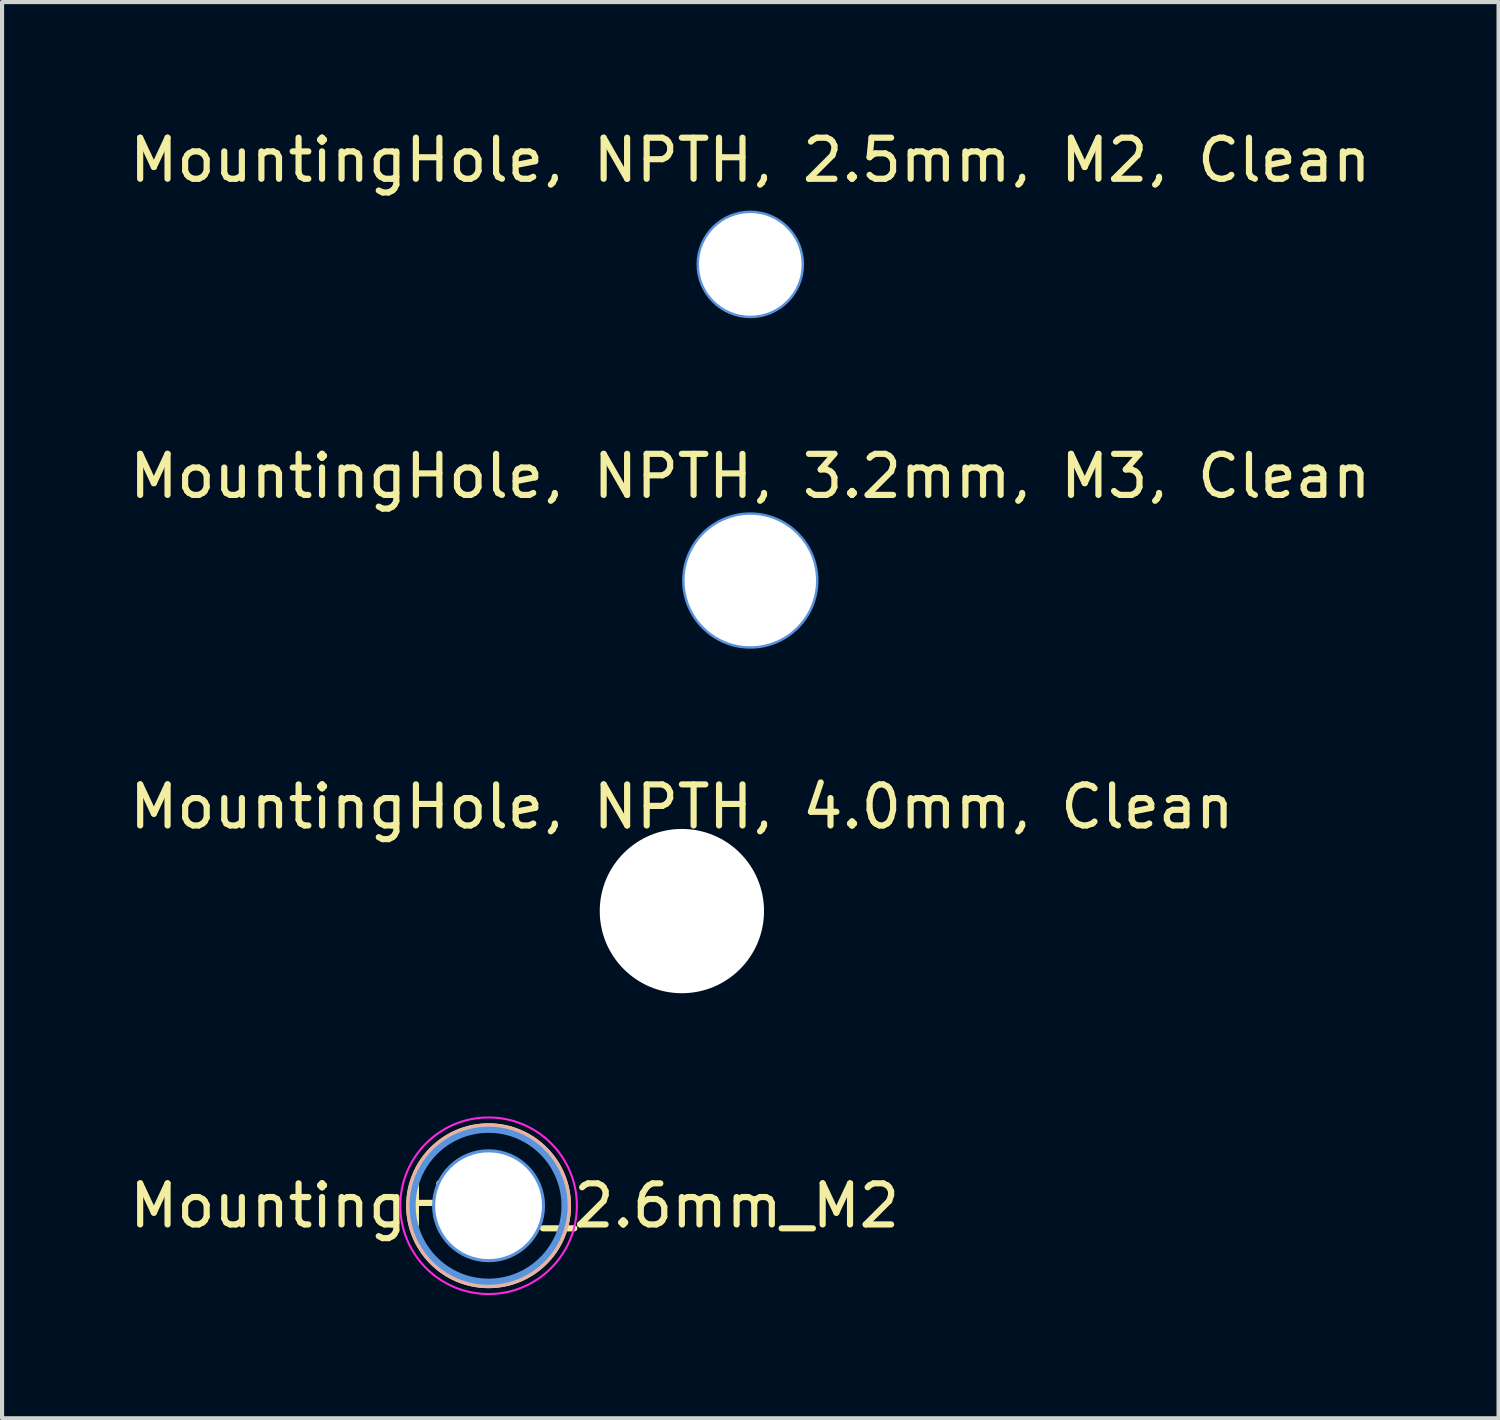
<source format=kicad_pcb>
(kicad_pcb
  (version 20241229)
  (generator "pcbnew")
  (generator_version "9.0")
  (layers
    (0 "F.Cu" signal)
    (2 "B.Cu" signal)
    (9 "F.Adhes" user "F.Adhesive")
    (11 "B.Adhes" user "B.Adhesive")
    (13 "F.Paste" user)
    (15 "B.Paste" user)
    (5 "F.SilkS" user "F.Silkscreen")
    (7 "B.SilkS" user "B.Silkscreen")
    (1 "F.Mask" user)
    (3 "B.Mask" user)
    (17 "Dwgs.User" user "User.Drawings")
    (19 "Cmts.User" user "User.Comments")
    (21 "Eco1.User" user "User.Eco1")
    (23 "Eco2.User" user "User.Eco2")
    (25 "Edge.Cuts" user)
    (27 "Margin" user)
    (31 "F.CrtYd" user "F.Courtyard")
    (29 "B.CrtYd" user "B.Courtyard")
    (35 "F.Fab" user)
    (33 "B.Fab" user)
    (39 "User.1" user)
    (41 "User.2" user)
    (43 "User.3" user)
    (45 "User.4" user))
  (footprint "MountingHole_2.6mm_M2"
    (layer "F.Cu")
    (at 8.847 26.31)
    (property "Reference" "MountingHole_2.6mm_M2" (at 0.635 0 0) (layer "F.SilkS") (effects (font (size 1 1) (thickness 0.15))))
    (attr board_only exclude_from_pos_files exclude_from_bom)
    (fp_circle (center 0 0) (end 1.905 0) (stroke (width 0.203) (type default)) (fill no) (layer "F.SilkS"))
    (fp_circle (center 0 0) (end 0 -1.905) (stroke (width 0.203) (type default)) (fill no) (layer "B.SilkS"))
    (fp_circle (center 0 0) (end 1.3 0) (stroke (width 0.15) (type solid)) (fill no) (layer "Cmts.User"))
    (fp_circle (center 0 0) (end 1.85 0) (stroke (width 0.15) (type solid)) (fill no) (layer "Cmts.User"))
    (fp_circle (center 0 0) (end 2.15 0) (stroke (width 0.05) (type solid)) (fill no) (layer "F.CrtYd"))
    (pad "" np_thru_hole circle (at 0 0 90) (size 2.6 2.6) (drill 2.6) (layers "*.Cu" "*.SilkS" "*.Mask")))
  (footprint "MountingHole, NPTH, 2.5mm, M2, Clean"
    (layer "F.Cu")
    (at 15.22 3.388)
    (property "Reference" "MountingHole, NPTH, 2.5mm, M2, Clean" (at 0 -2.54 0) (layer "F.SilkS") (effects (font (size 1 1) (thickness 0.15))))
    (attr exclude_from_pos_files exclude_from_bom)
    (fp_circle (center 0 0) (end 1.25 0) (stroke (width 0.12) (type solid)) (fill no) (layer "Cmts.User"))
    (pad "" np_thru_hole circle (at 0 0 90) (size 2.5 2.5) (drill 2.5) (layers "*.Cu" "*.Mask")))
  (footprint "MountingHole, NPTH, 4.0mm, Clean"
    (layer "F.Cu")
    (at 13.554 19.135)
    (property "Reference" "MountingHole, NPTH, 4.0mm, Clean" (at 0 -2.54 0) (layer "F.SilkS") (effects (font (size 1 1) (thickness 0.15))))
    (attr exclude_from_pos_files exclude_from_bom)
    (fp_circle (center 0 0) (end 1.6 0) (stroke (width 0.15) (type solid)) (fill no) (layer "Cmts.User"))
    (pad "" np_thru_hole circle (at 0 0 90) (size 4 4) (drill 4) (layers "*.Cu" "*.Mask")))
  (footprint "MountingHole, NPTH, 3.2mm, M3, Clean"
    (layer "F.Cu")
    (at 15.22 11.086)
    (property "Reference" "MountingHole, NPTH, 3.2mm, M3, Clean" (at 0 -2.54 0) (layer "F.SilkS") (effects (font (size 1 1) (thickness 0.15))))
    (attr exclude_from_pos_files exclude_from_bom)
    (fp_circle (center 0 0) (end 1.6 0) (stroke (width 0.12) (type solid)) (fill no) (layer "Cmts.User"))
    (pad "" np_thru_hole circle (at 0 0 90) (size 3.2 3.2) (drill 3.2) (layers "*.Cu" "*.Mask")))
  (gr_rect
    (start -3 -3)
    (end 33.44 31.485)
    (stroke (width 0.1) (type default))
    (fill no)
    (layer "Edge.Cuts")))
</source>
